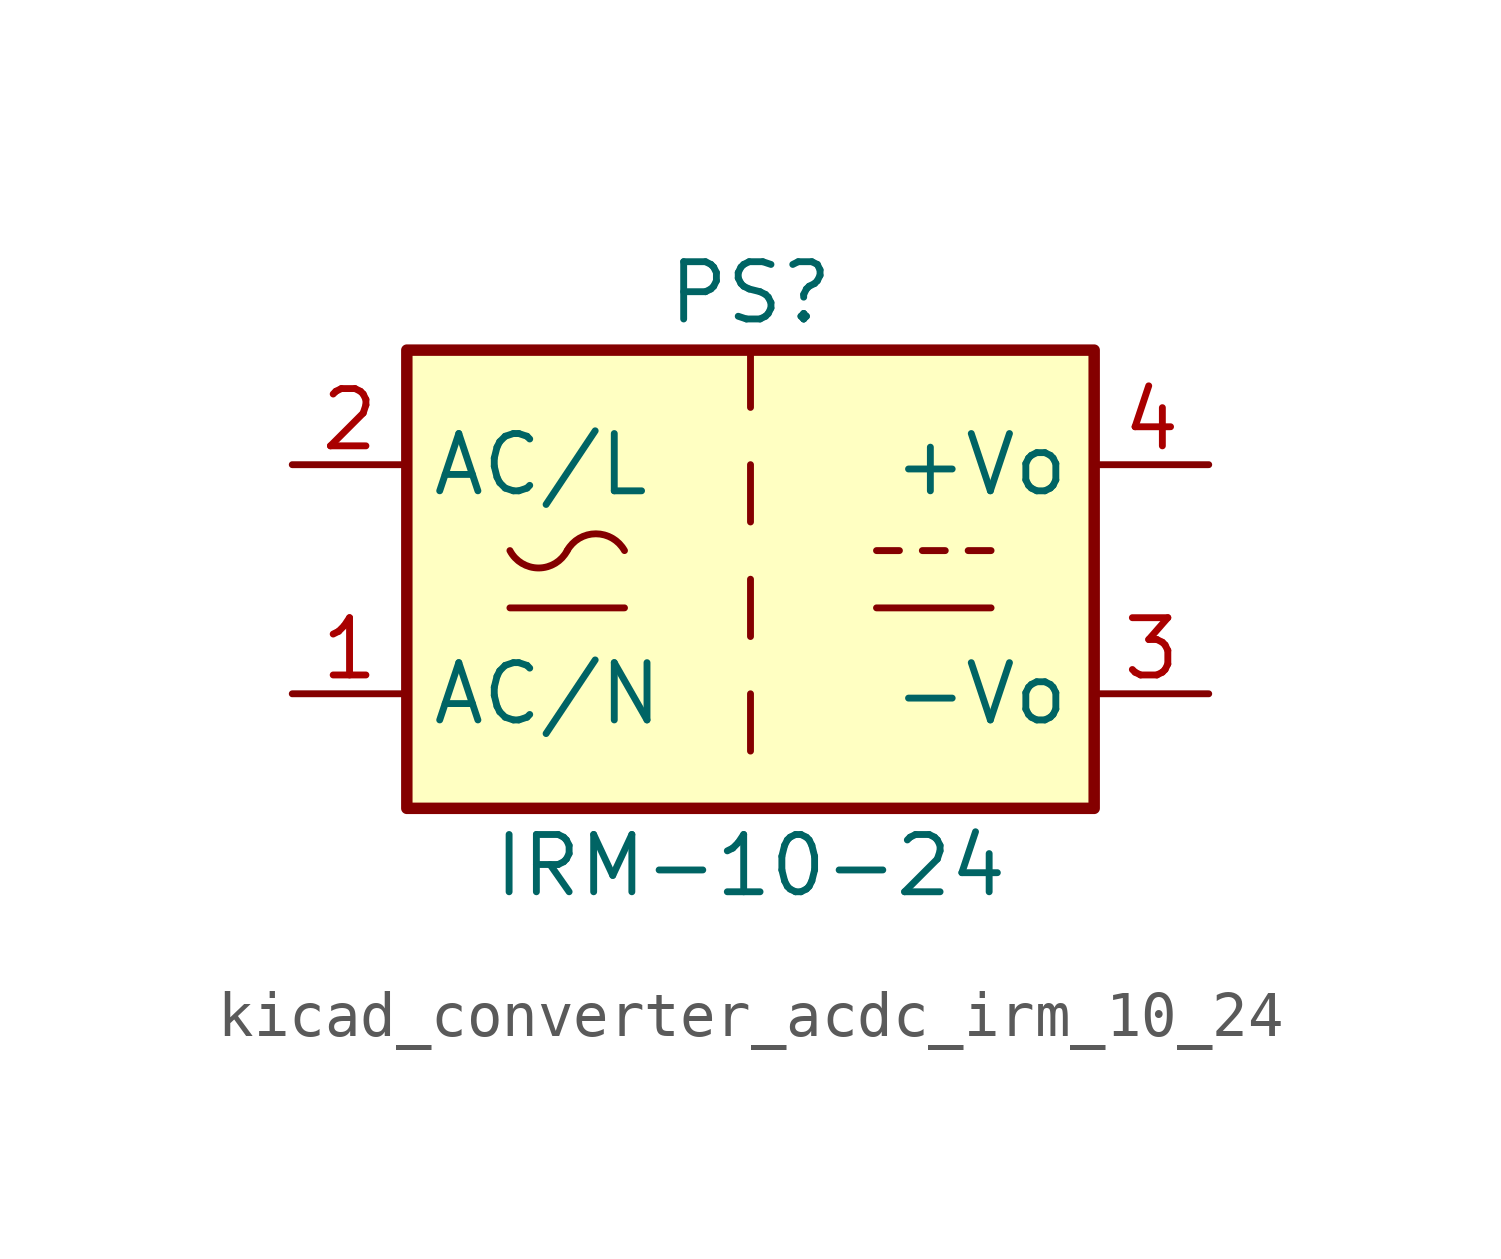
<source format=kicad_sym>
(kicad_symbol_lib
  (version 20220914)
  (generator kicad_symbol_editor)
  (symbol "kicad_converter_acdc_irm_10_24"
    (property "Reference" "PS"
      (at 0 6.35 0)
      (effects (font (size 1.27 1.27))))
    (property "Value" "IRM-10-24"
      (at 0 -6.35 0)
      (effects (font (size 1.27 1.27))))
    (symbol "kicad_converter_acdc_irm_10_24_0_1"
      (rectangle (start -7.62 5.08) (end 7.62 -5.08) (stroke (width 0.254) (type default)) (fill (type background)))
      (arc (start -5.334 0.635) (mid -4.699 0.2495) (end -4.064 0.635) (stroke (width 0) (type default)) (fill (type none)))
      (arc (start -2.794 0.635) (mid -3.429 1.0072) (end -4.064 0.635) (stroke (width 0) (type default)) (fill (type none)))
      (polyline (pts (xy -5.334 -0.635) (xy -2.794 -0.635)) (stroke (width 0) (type default)) (fill (type none)))
      (polyline (pts (xy 0 -2.54) (xy 0 -3.81)) (stroke (width 0) (type default)) (fill (type none)))
      (polyline (pts (xy 0 0) (xy 0 -1.27)) (stroke (width 0) (type default)) (fill (type none)))
      (polyline (pts (xy 0 2.54) (xy 0 1.27)) (stroke (width 0) (type default)) (fill (type none)))
      (polyline (pts (xy 0 5.08) (xy 0 3.81)) (stroke (width 0) (type default)) (fill (type none)))
      (polyline (pts (xy 2.794 -0.635) (xy 5.334 -0.635)) (stroke (width 0) (type default)) (fill (type none)))
      (polyline (pts (xy 2.794 0.635) (xy 3.302 0.635)) (stroke (width 0) (type default)) (fill (type none)))
      (polyline (pts (xy 3.81 0.635) (xy 4.318 0.635)) (stroke (width 0) (type default)) (fill (type none)))
      (polyline (pts (xy 4.826 0.635) (xy 5.334 0.635)) (stroke (width 0) (type default)) (fill (type none))))
    (symbol "kicad_converter_acdc_irm_10_24_1_1"
      (pin power_in line (at -10.16 -2.54 0) (length 2.54) (name "AC/N" (effects (font (size 1.27 1.27)))) (number "1" (effects (font (size 1.27 1.27)))))
      (pin power_in line (at -10.16 2.54 0) (length 2.54) (name "AC/L" (effects (font (size 1.27 1.27)))) (number "2" (effects (font (size 1.27 1.27)))))
      (pin power_out line (at 10.16 -2.54 180) (length 2.54) (name "-Vo" (effects (font (size 1.27 1.27)))) (number "3" (effects (font (size 1.27 1.27)))))
      (pin power_out line (at 10.16 2.54 180) (length 2.54) (name "+Vo" (effects (font (size 1.27 1.27)))) (number "4" (effects (font (size 1.27 1.27))))))))
</source>
